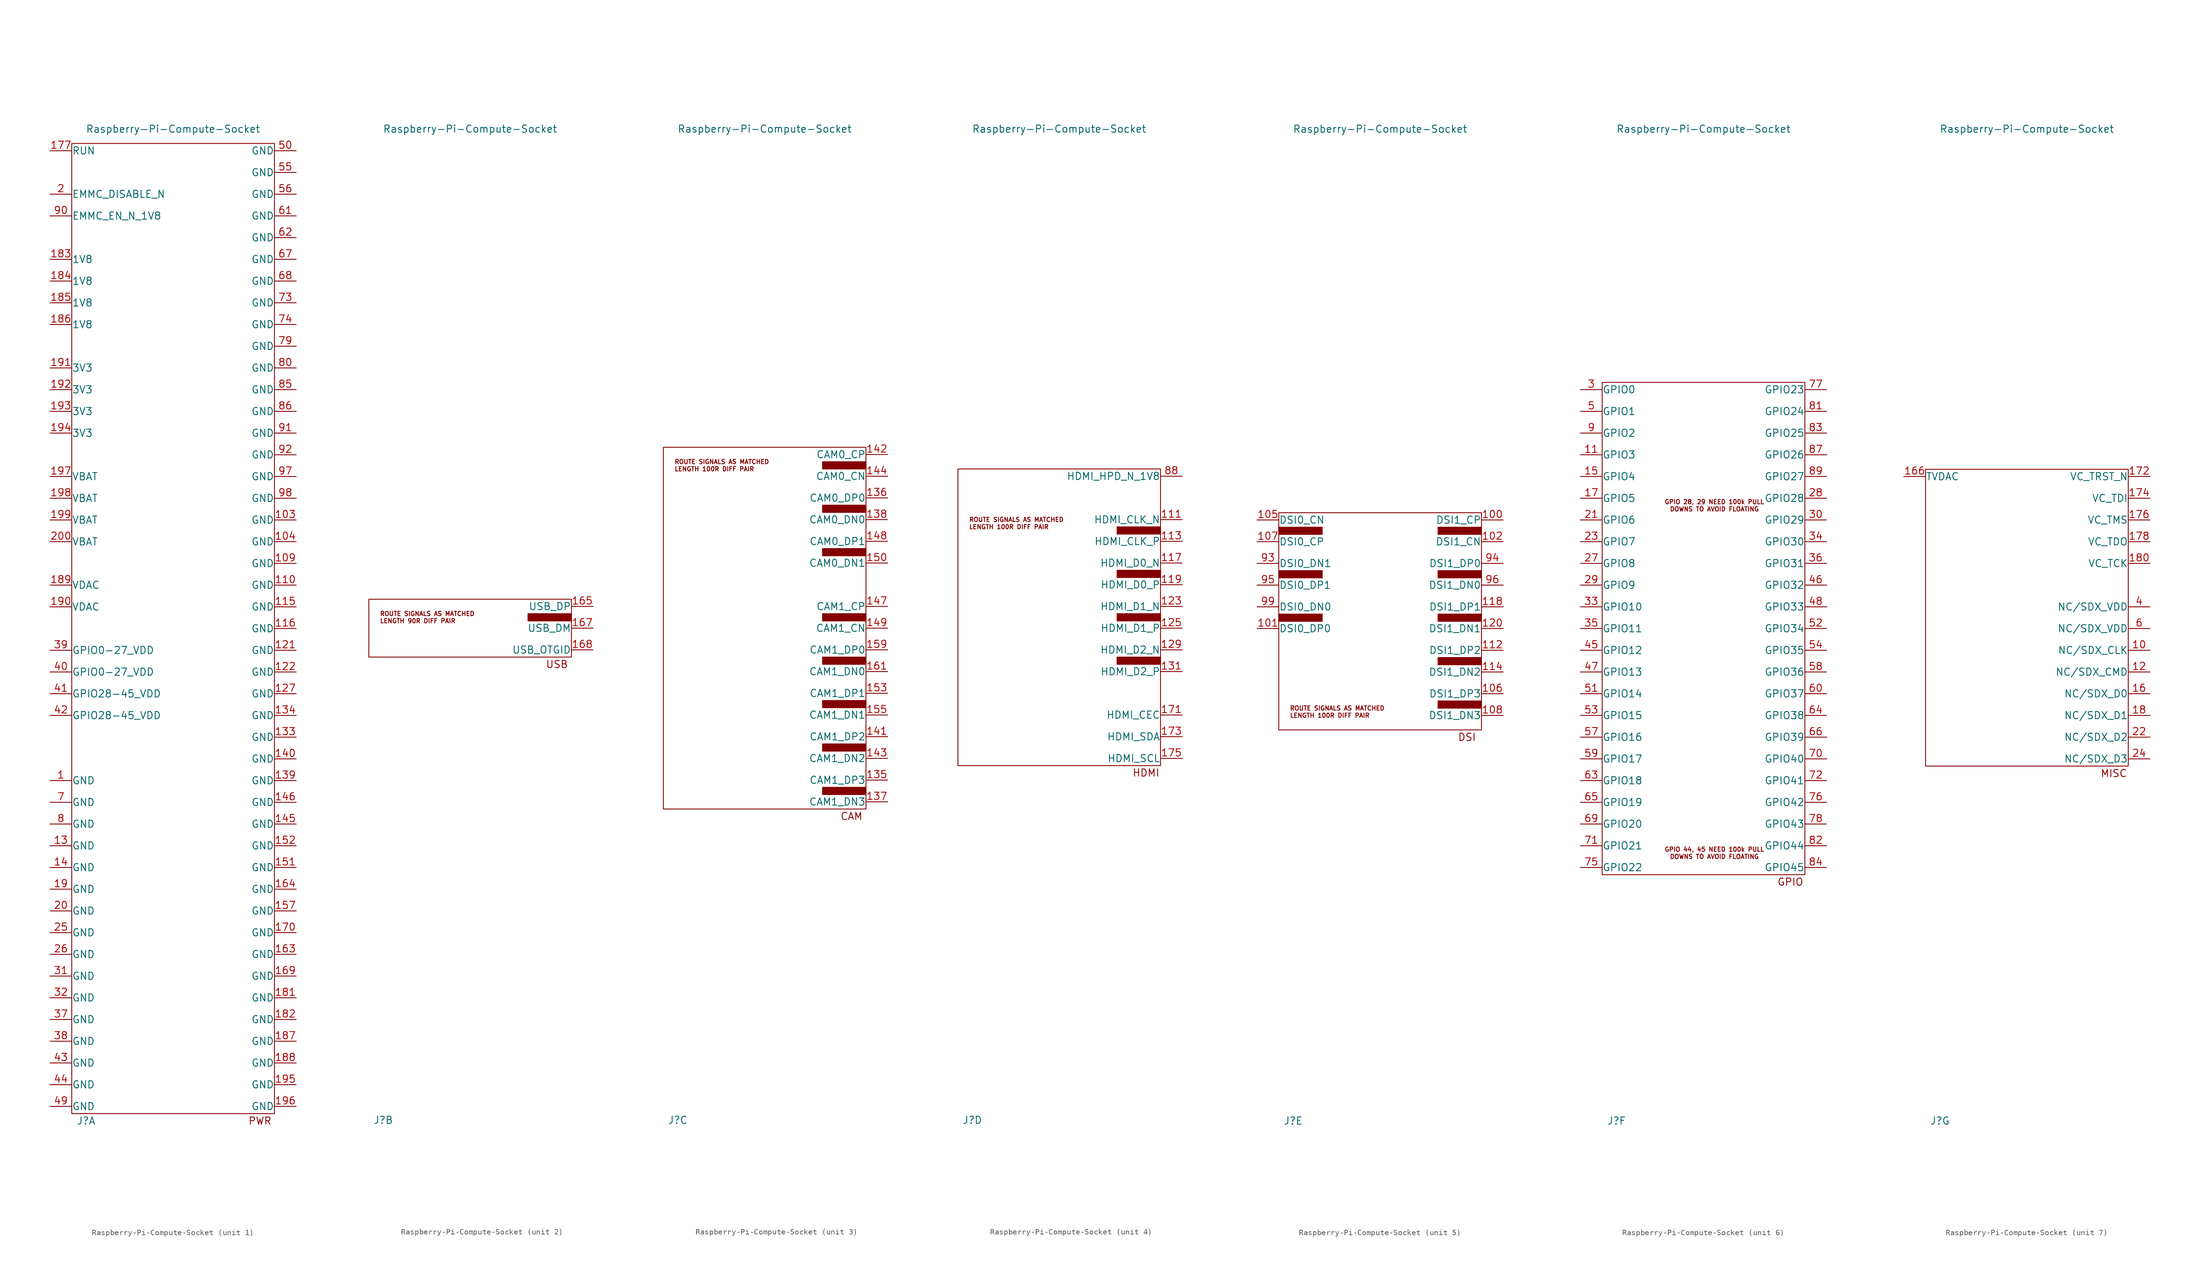
<source format=kicad_sym>
(kicad_symbol_lib
  (version 20211014)
  (generator kicad_symbol_editor)
  (symbol "Raspberry-Pi-Compute-Socket"
    (pin_names
      (offset 0.025))
    (property "Reference" "J"
      (at -15.24 -86.36 0)
      (effects (font (size 1.27 1.27))))
    (property "Value" "Raspberry-Pi-Compute-Socket"
      (at 0 87.63 0)
      (effects (font (size 1.27 1.27))))
    (property "ki_locked" ""
      (at 0 0 0)
      (effects (font (size 1.27 1.27))))
    (symbol "Raspberry-Pi-Compute-Socket_1_0"
      (text "PWR" (at 15.24 -86.36 0) (effects (font (size 1.27 1.27)))))
    (symbol "Raspberry-Pi-Compute-Socket_1_1"
      (rectangle (start -17.78 85.09) (end 17.78 -85.09) (stroke (width 0) (type default) (color 0 0 0 0)) (fill (type none)))
      (pin input line (at -21.59 -26.67 0) (length 3.81) (name "GND" (effects (font (size 1.27 1.27)))) (number "1" (effects (font (size 1.27 1.27)))))
      (pin input line (at 21.59 19.05 180) (length 3.81) (name "GND" (effects (font (size 1.27 1.27)))) (number "103" (effects (font (size 1.27 1.27)))))
      (pin input line (at 21.59 15.24 180) (length 3.81) (name "GND" (effects (font (size 1.27 1.27)))) (number "104" (effects (font (size 1.27 1.27)))))
      (pin input line (at 21.59 11.43 180) (length 3.81) (name "GND" (effects (font (size 1.27 1.27)))) (number "109" (effects (font (size 1.27 1.27)))))
      (pin input line (at 21.59 7.62 180) (length 3.81) (name "GND" (effects (font (size 1.27 1.27)))) (number "110" (effects (font (size 1.27 1.27)))))
      (pin input line (at 21.59 3.81 180) (length 3.81) (name "GND" (effects (font (size 1.27 1.27)))) (number "115" (effects (font (size 1.27 1.27)))))
      (pin input line (at 21.59 0 180) (length 3.81) (name "GND" (effects (font (size 1.27 1.27)))) (number "116" (effects (font (size 1.27 1.27)))))
      (pin input line (at 21.59 -3.81 180) (length 3.81) (name "GND" (effects (font (size 1.27 1.27)))) (number "121" (effects (font (size 1.27 1.27)))))
      (pin input line (at 21.59 -7.62 180) (length 3.81) (name "GND" (effects (font (size 1.27 1.27)))) (number "122" (effects (font (size 1.27 1.27)))))
      (pin input line (at 21.59 -11.43 180) (length 3.81) (name "GND" (effects (font (size 1.27 1.27)))) (number "127" (effects (font (size 1.27 1.27)))))
      (pin input line (at -21.59 -38.1 0) (length 3.81) (name "GND" (effects (font (size 1.27 1.27)))) (number "13" (effects (font (size 1.27 1.27)))))
      (pin input line (at 21.59 -19.05 180) (length 3.81) (name "GND" (effects (font (size 1.27 1.27)))) (number "133" (effects (font (size 1.27 1.27)))))
      (pin input line (at 21.59 -15.24 180) (length 3.81) (name "GND" (effects (font (size 1.27 1.27)))) (number "134" (effects (font (size 1.27 1.27)))))
      (pin input line (at 21.59 -26.67 180) (length 3.81) (name "GND" (effects (font (size 1.27 1.27)))) (number "139" (effects (font (size 1.27 1.27)))))
      (pin input line (at -21.59 -41.91 0) (length 3.81) (name "GND" (effects (font (size 1.27 1.27)))) (number "14" (effects (font (size 1.27 1.27)))))
      (pin input line (at 21.59 -22.86 180) (length 3.81) (name "GND" (effects (font (size 1.27 1.27)))) (number "140" (effects (font (size 1.27 1.27)))))
      (pin input line (at 21.59 -34.29 180) (length 3.81) (name "GND" (effects (font (size 1.27 1.27)))) (number "145" (effects (font (size 1.27 1.27)))))
      (pin input line (at 21.59 -30.48 180) (length 3.81) (name "GND" (effects (font (size 1.27 1.27)))) (number "146" (effects (font (size 1.27 1.27)))))
      (pin input line (at 21.59 -41.91 180) (length 3.81) (name "GND" (effects (font (size 1.27 1.27)))) (number "151" (effects (font (size 1.27 1.27)))))
      (pin input line (at 21.59 -38.1 180) (length 3.81) (name "GND" (effects (font (size 1.27 1.27)))) (number "152" (effects (font (size 1.27 1.27)))))
      (pin input line (at 21.59 -49.53 180) (length 3.81) (name "GND" (effects (font (size 1.27 1.27)))) (number "157" (effects (font (size 1.27 1.27)))))
      (pin input line (at 21.59 -57.15 180) (length 3.81) (name "GND" (effects (font (size 1.27 1.27)))) (number "163" (effects (font (size 1.27 1.27)))))
      (pin input line (at 21.59 -45.72 180) (length 3.81) (name "GND" (effects (font (size 1.27 1.27)))) (number "164" (effects (font (size 1.27 1.27)))))
      (pin input line (at 21.59 -60.96 180) (length 3.81) (name "GND" (effects (font (size 1.27 1.27)))) (number "169" (effects (font (size 1.27 1.27)))))
      (pin input line (at 21.59 -53.34 180) (length 3.81) (name "GND" (effects (font (size 1.27 1.27)))) (number "170" (effects (font (size 1.27 1.27)))))
      (pin input line (at -21.59 83.82 0) (length 3.81) (name "RUN" (effects (font (size 1.27 1.27)))) (number "177" (effects (font (size 1.27 1.27)))))
      (pin no_connect line (at -21.59 80.01 0) (length 3.81) hide (name "VDD_CORE" (effects (font (size 1.27 1.27)))) (number "179" (effects (font (size 1.27 1.27)))))
      (pin input line (at 21.59 -64.77 180) (length 3.81) (name "GND" (effects (font (size 1.27 1.27)))) (number "181" (effects (font (size 1.27 1.27)))))
      (pin input line (at 21.59 -68.58 180) (length 3.81) (name "GND" (effects (font (size 1.27 1.27)))) (number "182" (effects (font (size 1.27 1.27)))))
      (pin input line (at -21.59 64.77 0) (length 3.81) (name "1V8" (effects (font (size 1.27 1.27)))) (number "183" (effects (font (size 1.27 1.27)))))
      (pin input line (at -21.59 60.96 0) (length 3.81) (name "1V8" (effects (font (size 1.27 1.27)))) (number "184" (effects (font (size 1.27 1.27)))))
      (pin input line (at -21.59 57.15 0) (length 3.81) (name "1V8" (effects (font (size 1.27 1.27)))) (number "185" (effects (font (size 1.27 1.27)))))
      (pin input line (at -21.59 53.34 0) (length 3.81) (name "1V8" (effects (font (size 1.27 1.27)))) (number "186" (effects (font (size 1.27 1.27)))))
      (pin input line (at 21.59 -72.39 180) (length 3.81) (name "GND" (effects (font (size 1.27 1.27)))) (number "187" (effects (font (size 1.27 1.27)))))
      (pin input line (at 21.59 -76.2 180) (length 3.81) (name "GND" (effects (font (size 1.27 1.27)))) (number "188" (effects (font (size 1.27 1.27)))))
      (pin input line (at -21.59 7.62 0) (length 3.81) (name "VDAC" (effects (font (size 1.27 1.27)))) (number "189" (effects (font (size 1.27 1.27)))))
      (pin input line (at -21.59 -45.72 0) (length 3.81) (name "GND" (effects (font (size 1.27 1.27)))) (number "19" (effects (font (size 1.27 1.27)))))
      (pin input line (at -21.59 3.81 0) (length 3.81) (name "VDAC" (effects (font (size 1.27 1.27)))) (number "190" (effects (font (size 1.27 1.27)))))
      (pin input line (at -21.59 45.72 0) (length 3.81) (name "3V3" (effects (font (size 1.27 1.27)))) (number "191" (effects (font (size 1.27 1.27)))))
      (pin input line (at -21.59 41.91 0) (length 3.81) (name "3V3" (effects (font (size 1.27 1.27)))) (number "192" (effects (font (size 1.27 1.27)))))
      (pin input line (at -21.59 38.1 0) (length 3.81) (name "3V3" (effects (font (size 1.27 1.27)))) (number "193" (effects (font (size 1.27 1.27)))))
      (pin input line (at -21.59 34.29 0) (length 3.81) (name "3V3" (effects (font (size 1.27 1.27)))) (number "194" (effects (font (size 1.27 1.27)))))
      (pin input line (at 21.59 -80.01 180) (length 3.81) (name "GND" (effects (font (size 1.27 1.27)))) (number "195" (effects (font (size 1.27 1.27)))))
      (pin input line (at 21.59 -83.82 180) (length 3.81) (name "GND" (effects (font (size 1.27 1.27)))) (number "196" (effects (font (size 1.27 1.27)))))
      (pin input line (at -21.59 26.67 0) (length 3.81) (name "VBAT" (effects (font (size 1.27 1.27)))) (number "197" (effects (font (size 1.27 1.27)))))
      (pin input line (at -21.59 22.86 0) (length 3.81) (name "VBAT" (effects (font (size 1.27 1.27)))) (number "198" (effects (font (size 1.27 1.27)))))
      (pin input line (at -21.59 19.05 0) (length 3.81) (name "VBAT" (effects (font (size 1.27 1.27)))) (number "199" (effects (font (size 1.27 1.27)))))
      (pin input line (at -21.59 76.2 0) (length 3.81) (name "EMMC_DISABLE_N" (effects (font (size 1.27 1.27)))) (number "2" (effects (font (size 1.27 1.27)))))
      (pin input line (at -21.59 -49.53 0) (length 3.81) (name "GND" (effects (font (size 1.27 1.27)))) (number "20" (effects (font (size 1.27 1.27)))))
      (pin input line (at -21.59 15.24 0) (length 3.81) (name "VBAT" (effects (font (size 1.27 1.27)))) (number "200" (effects (font (size 1.27 1.27)))))
      (pin input line (at -21.59 -53.34 0) (length 3.81) (name "GND" (effects (font (size 1.27 1.27)))) (number "25" (effects (font (size 1.27 1.27)))))
      (pin input line (at -21.59 -57.15 0) (length 3.81) (name "GND" (effects (font (size 1.27 1.27)))) (number "26" (effects (font (size 1.27 1.27)))))
      (pin input line (at -21.59 -60.96 0) (length 3.81) (name "GND" (effects (font (size 1.27 1.27)))) (number "31" (effects (font (size 1.27 1.27)))))
      (pin input line (at -21.59 -64.77 0) (length 3.81) (name "GND" (effects (font (size 1.27 1.27)))) (number "32" (effects (font (size 1.27 1.27)))))
      (pin input line (at -21.59 -68.58 0) (length 3.81) (name "GND" (effects (font (size 1.27 1.27)))) (number "37" (effects (font (size 1.27 1.27)))))
      (pin input line (at -21.59 -72.39 0) (length 3.81) (name "GND" (effects (font (size 1.27 1.27)))) (number "38" (effects (font (size 1.27 1.27)))))
      (pin input line (at -21.59 -3.81 0) (length 3.81) (name "GPIO0-27_VDD" (effects (font (size 1.27 1.27)))) (number "39" (effects (font (size 1.27 1.27)))))
      (pin input line (at -21.59 -7.62 0) (length 3.81) (name "GPIO0-27_VDD" (effects (font (size 1.27 1.27)))) (number "40" (effects (font (size 1.27 1.27)))))
      (pin input line (at -21.59 -11.43 0) (length 3.81) (name "GPIO28-45_VDD" (effects (font (size 1.27 1.27)))) (number "41" (effects (font (size 1.27 1.27)))))
      (pin input line (at -21.59 -15.24 0) (length 3.81) (name "GPIO28-45_VDD" (effects (font (size 1.27 1.27)))) (number "42" (effects (font (size 1.27 1.27)))))
      (pin input line (at -21.59 -76.2 0) (length 3.81) (name "GND" (effects (font (size 1.27 1.27)))) (number "43" (effects (font (size 1.27 1.27)))))
      (pin input line (at -21.59 -80.01 0) (length 3.81) (name "GND" (effects (font (size 1.27 1.27)))) (number "44" (effects (font (size 1.27 1.27)))))
      (pin input line (at -21.59 -83.82 0) (length 3.81) (name "GND" (effects (font (size 1.27 1.27)))) (number "49" (effects (font (size 1.27 1.27)))))
      (pin input line (at 21.59 83.82 180) (length 3.81) (name "GND" (effects (font (size 1.27 1.27)))) (number "50" (effects (font (size 1.27 1.27)))))
      (pin input line (at 21.59 80.01 180) (length 3.81) (name "GND" (effects (font (size 1.27 1.27)))) (number "55" (effects (font (size 1.27 1.27)))))
      (pin input line (at 21.59 76.2 180) (length 3.81) (name "GND" (effects (font (size 1.27 1.27)))) (number "56" (effects (font (size 1.27 1.27)))))
      (pin input line (at 21.59 72.39 180) (length 3.81) (name "GND" (effects (font (size 1.27 1.27)))) (number "61" (effects (font (size 1.27 1.27)))))
      (pin input line (at 21.59 68.58 180) (length 3.81) (name "GND" (effects (font (size 1.27 1.27)))) (number "62" (effects (font (size 1.27 1.27)))))
      (pin input line (at 21.59 64.77 180) (length 3.81) (name "GND" (effects (font (size 1.27 1.27)))) (number "67" (effects (font (size 1.27 1.27)))))
      (pin input line (at 21.59 60.96 180) (length 3.81) (name "GND" (effects (font (size 1.27 1.27)))) (number "68" (effects (font (size 1.27 1.27)))))
      (pin input line (at -21.59 -30.48 0) (length 3.81) (name "GND" (effects (font (size 1.27 1.27)))) (number "7" (effects (font (size 1.27 1.27)))))
      (pin input line (at 21.59 57.15 180) (length 3.81) (name "GND" (effects (font (size 1.27 1.27)))) (number "73" (effects (font (size 1.27 1.27)))))
      (pin input line (at 21.59 53.34 180) (length 3.81) (name "GND" (effects (font (size 1.27 1.27)))) (number "74" (effects (font (size 1.27 1.27)))))
      (pin input line (at 21.59 49.53 180) (length 3.81) (name "GND" (effects (font (size 1.27 1.27)))) (number "79" (effects (font (size 1.27 1.27)))))
      (pin input line (at -21.59 -34.29 0) (length 3.81) (name "GND" (effects (font (size 1.27 1.27)))) (number "8" (effects (font (size 1.27 1.27)))))
      (pin input line (at 21.59 45.72 180) (length 3.81) (name "GND" (effects (font (size 1.27 1.27)))) (number "80" (effects (font (size 1.27 1.27)))))
      (pin input line (at 21.59 41.91 180) (length 3.81) (name "GND" (effects (font (size 1.27 1.27)))) (number "85" (effects (font (size 1.27 1.27)))))
      (pin input line (at 21.59 38.1 180) (length 3.81) (name "GND" (effects (font (size 1.27 1.27)))) (number "86" (effects (font (size 1.27 1.27)))))
      (pin input line (at -21.59 72.39 0) (length 3.81) (name "EMMC_EN_N_1V8" (effects (font (size 1.27 1.27)))) (number "90" (effects (font (size 1.27 1.27)))))
      (pin input line (at 21.59 34.29 180) (length 3.81) (name "GND" (effects (font (size 1.27 1.27)))) (number "91" (effects (font (size 1.27 1.27)))))
      (pin input line (at 21.59 30.48 180) (length 3.81) (name "GND" (effects (font (size 1.27 1.27)))) (number "92" (effects (font (size 1.27 1.27)))))
      (pin input line (at 21.59 26.67 180) (length 3.81) (name "GND" (effects (font (size 1.27 1.27)))) (number "97" (effects (font (size 1.27 1.27)))))
      (pin input line (at 21.59 22.86 180) (length 3.81) (name "GND" (effects (font (size 1.27 1.27)))) (number "98" (effects (font (size 1.27 1.27))))))
    (symbol "Raspberry-Pi-Compute-Socket_2_0"
      (rectangle (start 10.16 2.54) (end 17.78 1.27) (stroke (width 0) (type default) (color 0 0 0 0)) (fill (type outline)))
      (text "LENGTH 90R DIFF PAIR" (at -15.875 1.27 0) (effects (font (size 0.762 0.762)) (justify left)))
      (text "ROUTE SIGNALS AS MATCHED" (at -15.875 2.54 0) (effects (font (size 0.762 0.762)) (justify left)))
      (text "USB" (at 15.24 -6.35 0) (effects (font (size 1.27 1.27)))))
    (symbol "Raspberry-Pi-Compute-Socket_2_1"
      (rectangle (start -17.78 5.08) (end 17.78 -5.08) (stroke (width 0) (type default) (color 0 0 0 0)) (fill (type none)))
      (pin input line (at 21.59 3.81 180) (length 3.81) (name "USB_DP" (effects (font (size 1.27 1.27)))) (number "165" (effects (font (size 1.27 1.27)))))
      (pin input line (at 21.59 0 180) (length 3.81) (name "USB_DM" (effects (font (size 1.27 1.27)))) (number "167" (effects (font (size 1.27 1.27)))))
      (pin input line (at 21.59 -3.81 180) (length 3.81) (name "USB_OTGID" (effects (font (size 1.27 1.27)))) (number "168" (effects (font (size 1.27 1.27))))))
    (symbol "Raspberry-Pi-Compute-Socket_3_0"
      (rectangle (start -17.78 31.75) (end 17.78 -31.75) (stroke (width 0) (type default) (color 0 0 0 0)) (fill (type none)))
      (rectangle (start 10.16 -27.94) (end 17.78 -29.21) (stroke (width 0) (type default) (color 0 0 0 0)) (fill (type outline)))
      (rectangle (start 10.16 -20.32) (end 17.78 -21.59) (stroke (width 0) (type default) (color 0 0 0 0)) (fill (type outline)))
      (rectangle (start 10.16 -12.7) (end 17.78 -13.97) (stroke (width 0) (type default) (color 0 0 0 0)) (fill (type outline)))
      (rectangle (start 10.16 -5.08) (end 17.78 -6.35) (stroke (width 0) (type default) (color 0 0 0 0)) (fill (type outline)))
      (rectangle (start 10.16 2.54) (end 17.78 1.27) (stroke (width 0) (type default) (color 0 0 0 0)) (fill (type outline)))
      (rectangle (start 10.16 13.97) (end 17.78 12.7) (stroke (width 0) (type default) (color 0 0 0 0)) (fill (type outline)))
      (rectangle (start 10.16 21.59) (end 17.78 20.32) (stroke (width 0) (type default) (color 0 0 0 0)) (fill (type outline)))
      (rectangle (start 10.16 29.21) (end 17.78 27.94) (stroke (width 0) (type default) (color 0 0 0 0)) (fill (type outline)))
      (text "CAM" (at 15.24 -33.02 0) (effects (font (size 1.27 1.27))))
      (text "LENGTH 100R DIFF PAIR" (at -15.875 27.94 0) (effects (font (size 0.762 0.762)) (justify left)))
      (text "ROUTE SIGNALS AS MATCHED" (at -15.875 29.21 0) (effects (font (size 0.762 0.762)) (justify left))))
    (symbol "Raspberry-Pi-Compute-Socket_3_1"
      (pin input line (at 21.59 -26.67 180) (length 3.81) (name "CAM1_DP3" (effects (font (size 1.27 1.27)))) (number "135" (effects (font (size 1.27 1.27)))))
      (pin input line (at 21.59 22.86 180) (length 3.81) (name "CAM0_DP0" (effects (font (size 1.27 1.27)))) (number "136" (effects (font (size 1.27 1.27)))))
      (pin input line (at 21.59 -30.48 180) (length 3.81) (name "CAM1_DN3" (effects (font (size 1.27 1.27)))) (number "137" (effects (font (size 1.27 1.27)))))
      (pin input line (at 21.59 19.05 180) (length 3.81) (name "CAM0_DN0" (effects (font (size 1.27 1.27)))) (number "138" (effects (font (size 1.27 1.27)))))
      (pin input line (at 21.59 -19.05 180) (length 3.81) (name "CAM1_DP2" (effects (font (size 1.27 1.27)))) (number "141" (effects (font (size 1.27 1.27)))))
      (pin input line (at 21.59 30.48 180) (length 3.81) (name "CAM0_CP" (effects (font (size 1.27 1.27)))) (number "142" (effects (font (size 1.27 1.27)))))
      (pin input line (at 21.59 -22.86 180) (length 3.81) (name "CAM1_DN2" (effects (font (size 1.27 1.27)))) (number "143" (effects (font (size 1.27 1.27)))))
      (pin input line (at 21.59 26.67 180) (length 3.81) (name "CAM0_CN" (effects (font (size 1.27 1.27)))) (number "144" (effects (font (size 1.27 1.27)))))
      (pin input line (at 21.59 3.81 180) (length 3.81) (name "CAM1_CP" (effects (font (size 1.27 1.27)))) (number "147" (effects (font (size 1.27 1.27)))))
      (pin input line (at 21.59 15.24 180) (length 3.81) (name "CAM0_DP1" (effects (font (size 1.27 1.27)))) (number "148" (effects (font (size 1.27 1.27)))))
      (pin input line (at 21.59 0 180) (length 3.81) (name "CAM1_CN" (effects (font (size 1.27 1.27)))) (number "149" (effects (font (size 1.27 1.27)))))
      (pin input line (at 21.59 11.43 180) (length 3.81) (name "CAM0_DN1" (effects (font (size 1.27 1.27)))) (number "150" (effects (font (size 1.27 1.27)))))
      (pin input line (at 21.59 -11.43 180) (length 3.81) (name "CAM1_DP1" (effects (font (size 1.27 1.27)))) (number "153" (effects (font (size 1.27 1.27)))))
      (pin input line (at 21.59 -15.24 180) (length 3.81) (name "CAM1_DN1" (effects (font (size 1.27 1.27)))) (number "155" (effects (font (size 1.27 1.27)))))
      (pin input line (at 21.59 -3.81 180) (length 3.81) (name "CAM1_DP0" (effects (font (size 1.27 1.27)))) (number "159" (effects (font (size 1.27 1.27)))))
      (pin input line (at 21.59 -7.62 180) (length 3.81) (name "CAM1_DN0" (effects (font (size 1.27 1.27)))) (number "161" (effects (font (size 1.27 1.27))))))
    (symbol "Raspberry-Pi-Compute-Socket_4_0"
      (rectangle (start -17.78 27.94) (end 17.78 -24.13) (stroke (width 0) (type default) (color 0 0 0 0)) (fill (type none)))
      (rectangle (start 10.16 -5.08) (end 17.78 -6.35) (stroke (width 0) (type default) (color 0 0 0 0)) (fill (type outline)))
      (rectangle (start 10.16 2.54) (end 17.78 1.27) (stroke (width 0) (type default) (color 0 0 0 0)) (fill (type outline)))
      (rectangle (start 10.16 10.16) (end 17.78 8.89) (stroke (width 0) (type default) (color 0 0 0 0)) (fill (type outline)))
      (rectangle (start 10.16 17.78) (end 17.78 16.51) (stroke (width 0) (type default) (color 0 0 0 0)) (fill (type outline)))
      (text "HDMI" (at 15.24 -25.4 0) (effects (font (size 1.27 1.27))))
      (text "LENGTH 100R DIFF PAIR" (at -15.875 17.78 0) (effects (font (size 0.762 0.762)) (justify left)))
      (text "ROUTE SIGNALS AS MATCHED" (at -15.875 19.05 0) (effects (font (size 0.762 0.762)) (justify left))))
    (symbol "Raspberry-Pi-Compute-Socket_4_1"
      (pin input line (at 21.59 19.05 180) (length 3.81) (name "HDMI_CLK_N" (effects (font (size 1.27 1.27)))) (number "111" (effects (font (size 1.27 1.27)))))
      (pin input line (at 21.59 15.24 180) (length 3.81) (name "HDMI_CLK_P" (effects (font (size 1.27 1.27)))) (number "113" (effects (font (size 1.27 1.27)))))
      (pin input line (at 21.59 11.43 180) (length 3.81) (name "HDMI_D0_N" (effects (font (size 1.27 1.27)))) (number "117" (effects (font (size 1.27 1.27)))))
      (pin input line (at 21.59 7.62 180) (length 3.81) (name "HDMI_D0_P" (effects (font (size 1.27 1.27)))) (number "119" (effects (font (size 1.27 1.27)))))
      (pin input line (at 21.59 3.81 180) (length 3.81) (name "HDMI_D1_N" (effects (font (size 1.27 1.27)))) (number "123" (effects (font (size 1.27 1.27)))))
      (pin input line (at 21.59 0 180) (length 3.81) (name "HDMI_D1_P" (effects (font (size 1.27 1.27)))) (number "125" (effects (font (size 1.27 1.27)))))
      (pin input line (at 21.59 -3.81 180) (length 3.81) (name "HDMI_D2_N" (effects (font (size 1.27 1.27)))) (number "129" (effects (font (size 1.27 1.27)))))
      (pin input line (at 21.59 -7.62 180) (length 3.81) (name "HDMI_D2_P" (effects (font (size 1.27 1.27)))) (number "131" (effects (font (size 1.27 1.27)))))
      (pin input line (at 21.59 -15.24 180) (length 3.81) (name "HDMI_CEC" (effects (font (size 1.27 1.27)))) (number "171" (effects (font (size 1.27 1.27)))))
      (pin input line (at 21.59 -19.05 180) (length 3.81) (name "HDMI_SDA" (effects (font (size 1.27 1.27)))) (number "173" (effects (font (size 1.27 1.27)))))
      (pin input line (at 21.59 -22.86 180) (length 3.81) (name "HDMI_SCL" (effects (font (size 1.27 1.27)))) (number "175" (effects (font (size 1.27 1.27)))))
      (pin input line (at 21.59 26.67 180) (length 3.81) (name "HDMI_HPD_N_1V8" (effects (font (size 1.27 1.27)))) (number "88" (effects (font (size 1.27 1.27))))))
    (symbol "Raspberry-Pi-Compute-Socket_5_0"
      (rectangle (start -17.78 2.54) (end -10.16 1.27) (stroke (width 0) (type default) (color 0 0 0 0)) (fill (type outline)))
      (rectangle (start -17.78 10.16) (end -10.16 8.89) (stroke (width 0) (type default) (color 0 0 0 0)) (fill (type outline)))
      (rectangle (start -17.78 17.78) (end -10.16 16.51) (stroke (width 0) (type default) (color 0 0 0 0)) (fill (type outline)))
      (rectangle (start -17.78 20.32) (end 17.78 -17.78) (stroke (width 0) (type default) (color 0 0 0 0)) (fill (type none)))
      (rectangle (start 10.16 -12.7) (end 17.78 -13.97) (stroke (width 0) (type default) (color 0 0 0 0)) (fill (type outline)))
      (rectangle (start 10.16 -5.08) (end 17.78 -6.35) (stroke (width 0) (type default) (color 0 0 0 0)) (fill (type outline)))
      (rectangle (start 10.16 2.54) (end 17.78 1.27) (stroke (width 0) (type default) (color 0 0 0 0)) (fill (type outline)))
      (rectangle (start 10.16 10.16) (end 17.78 8.89) (stroke (width 0) (type default) (color 0 0 0 0)) (fill (type outline)))
      (rectangle (start 10.16 17.78) (end 17.78 16.51) (stroke (width 0) (type default) (color 0 0 0 0)) (fill (type outline)))
      (text "DSI" (at 15.24 -19.05 0) (effects (font (size 1.27 1.27))))
      (text "LENGTH 100R DIFF PAIR" (at -15.875 -15.24 0) (effects (font (size 0.762 0.762)) (justify left)))
      (text "ROUTE SIGNALS AS MATCHED" (at -15.875 -13.97 0) (effects (font (size 0.762 0.762)) (justify left))))
    (symbol "Raspberry-Pi-Compute-Socket_5_1"
      (pin input line (at 21.59 19.05 180) (length 3.81) (name "DSI1_CP" (effects (font (size 1.27 1.27)))) (number "100" (effects (font (size 1.27 1.27)))))
      (pin input line (at -21.59 0 0) (length 3.81) (name "DSI0_DP0" (effects (font (size 1.27 1.27)))) (number "101" (effects (font (size 1.27 1.27)))))
      (pin input line (at 21.59 15.24 180) (length 3.81) (name "DSI1_CN" (effects (font (size 1.27 1.27)))) (number "102" (effects (font (size 1.27 1.27)))))
      (pin input line (at -21.59 19.05 0) (length 3.81) (name "DSI0_CN" (effects (font (size 1.27 1.27)))) (number "105" (effects (font (size 1.27 1.27)))))
      (pin input line (at 21.59 -11.43 180) (length 3.81) (name "DSI1_DP3" (effects (font (size 1.27 1.27)))) (number "106" (effects (font (size 1.27 1.27)))))
      (pin input line (at -21.59 15.24 0) (length 3.81) (name "DSI0_CP" (effects (font (size 1.27 1.27)))) (number "107" (effects (font (size 1.27 1.27)))))
      (pin input line (at 21.59 -15.24 180) (length 3.81) (name "DSI1_DN3" (effects (font (size 1.27 1.27)))) (number "108" (effects (font (size 1.27 1.27)))))
      (pin input line (at 21.59 -3.81 180) (length 3.81) (name "DSI1_DP2" (effects (font (size 1.27 1.27)))) (number "112" (effects (font (size 1.27 1.27)))))
      (pin input line (at 21.59 -7.62 180) (length 3.81) (name "DSI1_DN2" (effects (font (size 1.27 1.27)))) (number "114" (effects (font (size 1.27 1.27)))))
      (pin input line (at 21.59 3.81 180) (length 3.81) (name "DSI1_DP1" (effects (font (size 1.27 1.27)))) (number "118" (effects (font (size 1.27 1.27)))))
      (pin input line (at 21.59 0 180) (length 3.81) (name "DSI1_DN1" (effects (font (size 1.27 1.27)))) (number "120" (effects (font (size 1.27 1.27)))))
      (pin input line (at -21.59 11.43 0) (length 3.81) (name "DSI0_DN1" (effects (font (size 1.27 1.27)))) (number "93" (effects (font (size 1.27 1.27)))))
      (pin input line (at 21.59 11.43 180) (length 3.81) (name "DSI1_DP0" (effects (font (size 1.27 1.27)))) (number "94" (effects (font (size 1.27 1.27)))))
      (pin input line (at -21.59 7.62 0) (length 3.81) (name "DSI0_DP1" (effects (font (size 1.27 1.27)))) (number "95" (effects (font (size 1.27 1.27)))))
      (pin input line (at 21.59 7.62 180) (length 3.81) (name "DSI1_DN0" (effects (font (size 1.27 1.27)))) (number "96" (effects (font (size 1.27 1.27)))))
      (pin input line (at -21.59 3.81 0) (length 3.81) (name "DSI0_DN0" (effects (font (size 1.27 1.27)))) (number "99" (effects (font (size 1.27 1.27))))))
    (symbol "Raspberry-Pi-Compute-Socket_6_0"
      (rectangle (start -17.78 43.18) (end 17.78 -43.18) (stroke (width 0) (type default) (color 0 0 0 0)) (fill (type none)))
      (text "DOWNS TO AVOID FLOATING" (at 1.905 -40.005 0) (effects (font (size 0.762 0.762))))
      (text "DOWNS TO AVOID FLOATING" (at 1.905 20.955 0) (effects (font (size 0.762 0.762))))
      (text "GPIO" (at 15.24 -44.45 0) (effects (font (size 1.27 1.27))))
      (text "GPIO 28, 29 NEED 100k PULL" (at 1.905 22.225 0) (effects (font (size 0.762 0.762))))
      (text "GPIO 44, 45 NEED 100k PULL" (at 1.905 -38.735 0) (effects (font (size 0.762 0.762)))))
    (symbol "Raspberry-Pi-Compute-Socket_6_1"
      (pin input line (at -21.59 30.48 0) (length 3.81) (name "GPIO3" (effects (font (size 1.27 1.27)))) (number "11" (effects (font (size 1.27 1.27)))))
      (pin input line (at -21.59 26.67 0) (length 3.81) (name "GPIO4" (effects (font (size 1.27 1.27)))) (number "15" (effects (font (size 1.27 1.27)))))
      (pin input line (at -21.59 22.86 0) (length 3.81) (name "GPIO5" (effects (font (size 1.27 1.27)))) (number "17" (effects (font (size 1.27 1.27)))))
      (pin input line (at -21.59 19.05 0) (length 3.81) (name "GPIO6" (effects (font (size 1.27 1.27)))) (number "21" (effects (font (size 1.27 1.27)))))
      (pin input line (at -21.59 15.24 0) (length 3.81) (name "GPIO7" (effects (font (size 1.27 1.27)))) (number "23" (effects (font (size 1.27 1.27)))))
      (pin input line (at -21.59 11.43 0) (length 3.81) (name "GPIO8" (effects (font (size 1.27 1.27)))) (number "27" (effects (font (size 1.27 1.27)))))
      (pin input line (at 21.59 22.86 180) (length 3.81) (name "GPIO28" (effects (font (size 1.27 1.27)))) (number "28" (effects (font (size 1.27 1.27)))))
      (pin input line (at -21.59 7.62 0) (length 3.81) (name "GPIO9" (effects (font (size 1.27 1.27)))) (number "29" (effects (font (size 1.27 1.27)))))
      (pin input line (at -21.59 41.91 0) (length 3.81) (name "GPIO0" (effects (font (size 1.27 1.27)))) (number "3" (effects (font (size 1.27 1.27)))))
      (pin input line (at 21.59 19.05 180) (length 3.81) (name "GPIO29" (effects (font (size 1.27 1.27)))) (number "30" (effects (font (size 1.27 1.27)))))
      (pin input line (at -21.59 3.81 0) (length 3.81) (name "GPIO10" (effects (font (size 1.27 1.27)))) (number "33" (effects (font (size 1.27 1.27)))))
      (pin input line (at 21.59 15.24 180) (length 3.81) (name "GPIO30" (effects (font (size 1.27 1.27)))) (number "34" (effects (font (size 1.27 1.27)))))
      (pin input line (at -21.59 0 0) (length 3.81) (name "GPIO11" (effects (font (size 1.27 1.27)))) (number "35" (effects (font (size 1.27 1.27)))))
      (pin input line (at 21.59 11.43 180) (length 3.81) (name "GPIO31" (effects (font (size 1.27 1.27)))) (number "36" (effects (font (size 1.27 1.27)))))
      (pin input line (at -21.59 -3.81 0) (length 3.81) (name "GPIO12" (effects (font (size 1.27 1.27)))) (number "45" (effects (font (size 1.27 1.27)))))
      (pin input line (at 21.59 7.62 180) (length 3.81) (name "GPIO32" (effects (font (size 1.27 1.27)))) (number "46" (effects (font (size 1.27 1.27)))))
      (pin input line (at -21.59 -7.62 0) (length 3.81) (name "GPIO13" (effects (font (size 1.27 1.27)))) (number "47" (effects (font (size 1.27 1.27)))))
      (pin input line (at 21.59 3.81 180) (length 3.81) (name "GPIO33" (effects (font (size 1.27 1.27)))) (number "48" (effects (font (size 1.27 1.27)))))
      (pin input line (at -21.59 38.1 0) (length 3.81) (name "GPIO1" (effects (font (size 1.27 1.27)))) (number "5" (effects (font (size 1.27 1.27)))))
      (pin input line (at -21.59 -11.43 0) (length 3.81) (name "GPIO14" (effects (font (size 1.27 1.27)))) (number "51" (effects (font (size 1.27 1.27)))))
      (pin input line (at 21.59 0 180) (length 3.81) (name "GPIO34" (effects (font (size 1.27 1.27)))) (number "52" (effects (font (size 1.27 1.27)))))
      (pin input line (at -21.59 -15.24 0) (length 3.81) (name "GPIO15" (effects (font (size 1.27 1.27)))) (number "53" (effects (font (size 1.27 1.27)))))
      (pin input line (at 21.59 -3.81 180) (length 3.81) (name "GPIO35" (effects (font (size 1.27 1.27)))) (number "54" (effects (font (size 1.27 1.27)))))
      (pin input line (at -21.59 -19.05 0) (length 3.81) (name "GPIO16" (effects (font (size 1.27 1.27)))) (number "57" (effects (font (size 1.27 1.27)))))
      (pin input line (at 21.59 -7.62 180) (length 3.81) (name "GPIO36" (effects (font (size 1.27 1.27)))) (number "58" (effects (font (size 1.27 1.27)))))
      (pin input line (at -21.59 -22.86 0) (length 3.81) (name "GPIO17" (effects (font (size 1.27 1.27)))) (number "59" (effects (font (size 1.27 1.27)))))
      (pin input line (at 21.59 -11.43 180) (length 3.81) (name "GPIO37" (effects (font (size 1.27 1.27)))) (number "60" (effects (font (size 1.27 1.27)))))
      (pin input line (at -21.59 -26.67 0) (length 3.81) (name "GPIO18" (effects (font (size 1.27 1.27)))) (number "63" (effects (font (size 1.27 1.27)))))
      (pin input line (at 21.59 -15.24 180) (length 3.81) (name "GPIO38" (effects (font (size 1.27 1.27)))) (number "64" (effects (font (size 1.27 1.27)))))
      (pin input line (at -21.59 -30.48 0) (length 3.81) (name "GPIO19" (effects (font (size 1.27 1.27)))) (number "65" (effects (font (size 1.27 1.27)))))
      (pin input line (at 21.59 -19.05 180) (length 3.81) (name "GPIO39" (effects (font (size 1.27 1.27)))) (number "66" (effects (font (size 1.27 1.27)))))
      (pin input line (at -21.59 -34.29 0) (length 3.81) (name "GPIO20" (effects (font (size 1.27 1.27)))) (number "69" (effects (font (size 1.27 1.27)))))
      (pin input line (at 21.59 -22.86 180) (length 3.81) (name "GPIO40" (effects (font (size 1.27 1.27)))) (number "70" (effects (font (size 1.27 1.27)))))
      (pin input line (at -21.59 -38.1 0) (length 3.81) (name "GPIO21" (effects (font (size 1.27 1.27)))) (number "71" (effects (font (size 1.27 1.27)))))
      (pin input line (at 21.59 -26.67 180) (length 3.81) (name "GPIO41" (effects (font (size 1.27 1.27)))) (number "72" (effects (font (size 1.27 1.27)))))
      (pin input line (at -21.59 -41.91 0) (length 3.81) (name "GPIO22" (effects (font (size 1.27 1.27)))) (number "75" (effects (font (size 1.27 1.27)))))
      (pin input line (at 21.59 -30.48 180) (length 3.81) (name "GPIO42" (effects (font (size 1.27 1.27)))) (number "76" (effects (font (size 1.27 1.27)))))
      (pin input line (at 21.59 41.91 180) (length 3.81) (name "GPIO23" (effects (font (size 1.27 1.27)))) (number "77" (effects (font (size 1.27 1.27)))))
      (pin input line (at 21.59 -34.29 180) (length 3.81) (name "GPIO43" (effects (font (size 1.27 1.27)))) (number "78" (effects (font (size 1.27 1.27)))))
      (pin input line (at 21.59 38.1 180) (length 3.81) (name "GPIO24" (effects (font (size 1.27 1.27)))) (number "81" (effects (font (size 1.27 1.27)))))
      (pin input line (at 21.59 -38.1 180) (length 3.81) (name "GPIO44" (effects (font (size 1.27 1.27)))) (number "82" (effects (font (size 1.27 1.27)))))
      (pin input line (at 21.59 34.29 180) (length 3.81) (name "GPIO25" (effects (font (size 1.27 1.27)))) (number "83" (effects (font (size 1.27 1.27)))))
      (pin input line (at 21.59 -41.91 180) (length 3.81) (name "GPIO45" (effects (font (size 1.27 1.27)))) (number "84" (effects (font (size 1.27 1.27)))))
      (pin input line (at 21.59 30.48 180) (length 3.81) (name "GPIO26" (effects (font (size 1.27 1.27)))) (number "87" (effects (font (size 1.27 1.27)))))
      (pin input line (at 21.59 26.67 180) (length 3.81) (name "GPIO27" (effects (font (size 1.27 1.27)))) (number "89" (effects (font (size 1.27 1.27)))))
      (pin input line (at -21.59 34.29 0) (length 3.81) (name "GPIO2" (effects (font (size 1.27 1.27)))) (number "9" (effects (font (size 1.27 1.27))))))
    (symbol "Raspberry-Pi-Compute-Socket_7_0"
      (rectangle (start -17.78 27.94) (end 17.78 -24.13) (stroke (width 0) (type default) (color 0 0 0 0)) (fill (type none)))
      (text "MISC" (at 15.24 -25.4 0) (effects (font (size 1.27 1.27)))))
    (symbol "Raspberry-Pi-Compute-Socket_7_1"
      (pin passive line (at 21.59 -3.81 180) (length 3.81) (name "NC/SDX_CLK" (effects (font (size 1.27 1.27)))) (number "10" (effects (font (size 1.27 1.27)))))
      (pin passive line (at 21.59 -7.62 180) (length 3.81) (name "NC/SDX_CMD" (effects (font (size 1.27 1.27)))) (number "12" (effects (font (size 1.27 1.27)))))
      (pin no_connect line (at -21.59 11.43 0) (length 3.81) hide (name "NC" (effects (font (size 1.27 1.27)))) (number "124" (effects (font (size 1.27 1.27)))))
      (pin no_connect line (at -21.59 7.62 0) (length 3.81) hide (name "NC" (effects (font (size 1.27 1.27)))) (number "126" (effects (font (size 1.27 1.27)))))
      (pin no_connect line (at -21.59 3.81 0) (length 3.81) hide (name "NC" (effects (font (size 1.27 1.27)))) (number "128" (effects (font (size 1.27 1.27)))))
      (pin no_connect line (at -21.59 0 0) (length 3.81) hide (name "NC" (effects (font (size 1.27 1.27)))) (number "130" (effects (font (size 1.27 1.27)))))
      (pin no_connect line (at -21.59 -3.81 0) (length 3.81) hide (name "NC" (effects (font (size 1.27 1.27)))) (number "132" (effects (font (size 1.27 1.27)))))
      (pin no_connect line (at -21.59 -7.62 0) (length 3.81) hide (name "NC" (effects (font (size 1.27 1.27)))) (number "154" (effects (font (size 1.27 1.27)))))
      (pin no_connect line (at -21.59 -11.43 0) (length 3.81) hide (name "NC" (effects (font (size 1.27 1.27)))) (number "156" (effects (font (size 1.27 1.27)))))
      (pin no_connect line (at -21.59 -15.24 0) (length 3.81) hide (name "NC" (effects (font (size 1.27 1.27)))) (number "158" (effects (font (size 1.27 1.27)))))
      (pin passive line (at 21.59 -11.43 180) (length 3.81) (name "NC/SDX_D0" (effects (font (size 1.27 1.27)))) (number "16" (effects (font (size 1.27 1.27)))))
      (pin no_connect line (at -21.59 -19.05 0) (length 3.81) hide (name "NC" (effects (font (size 1.27 1.27)))) (number "160" (effects (font (size 1.27 1.27)))))
      (pin no_connect line (at -21.59 -22.86 0) (length 3.81) hide (name "NC" (effects (font (size 1.27 1.27)))) (number "162" (effects (font (size 1.27 1.27)))))
      (pin input line (at -21.59 26.67 0) (length 3.81) (name "TVDAC" (effects (font (size 1.27 1.27)))) (number "166" (effects (font (size 1.27 1.27)))))
      (pin input line (at 21.59 26.67 180) (length 3.81) (name "VC_TRST_N" (effects (font (size 1.27 1.27)))) (number "172" (effects (font (size 1.27 1.27)))))
      (pin input line (at 21.59 22.86 180) (length 3.81) (name "VC_TDI" (effects (font (size 1.27 1.27)))) (number "174" (effects (font (size 1.27 1.27)))))
      (pin input line (at 21.59 19.05 180) (length 3.81) (name "VC_TMS" (effects (font (size 1.27 1.27)))) (number "176" (effects (font (size 1.27 1.27)))))
      (pin input line (at 21.59 15.24 180) (length 3.81) (name "VC_TDO" (effects (font (size 1.27 1.27)))) (number "178" (effects (font (size 1.27 1.27)))))
      (pin passive line (at 21.59 -15.24 180) (length 3.81) (name "NC/SDX_D1" (effects (font (size 1.27 1.27)))) (number "18" (effects (font (size 1.27 1.27)))))
      (pin input line (at 21.59 11.43 180) (length 3.81) (name "VC_TCK" (effects (font (size 1.27 1.27)))) (number "180" (effects (font (size 1.27 1.27)))))
      (pin passive line (at 21.59 -19.05 180) (length 3.81) (name "NC/SDX_D2" (effects (font (size 1.27 1.27)))) (number "22" (effects (font (size 1.27 1.27)))))
      (pin passive line (at 21.59 -22.86 180) (length 3.81) (name "NC/SDX_D3" (effects (font (size 1.27 1.27)))) (number "24" (effects (font (size 1.27 1.27)))))
      (pin passive line (at 21.59 3.81 180) (length 3.81) (name "NC/SDX_VDD" (effects (font (size 1.27 1.27)))) (number "4" (effects (font (size 1.27 1.27)))))
      (pin passive line (at 21.59 0 180) (length 3.81) (name "NC/SDX_VDD" (effects (font (size 1.27 1.27)))) (number "6" (effects (font (size 1.27 1.27))))))))
</source>
